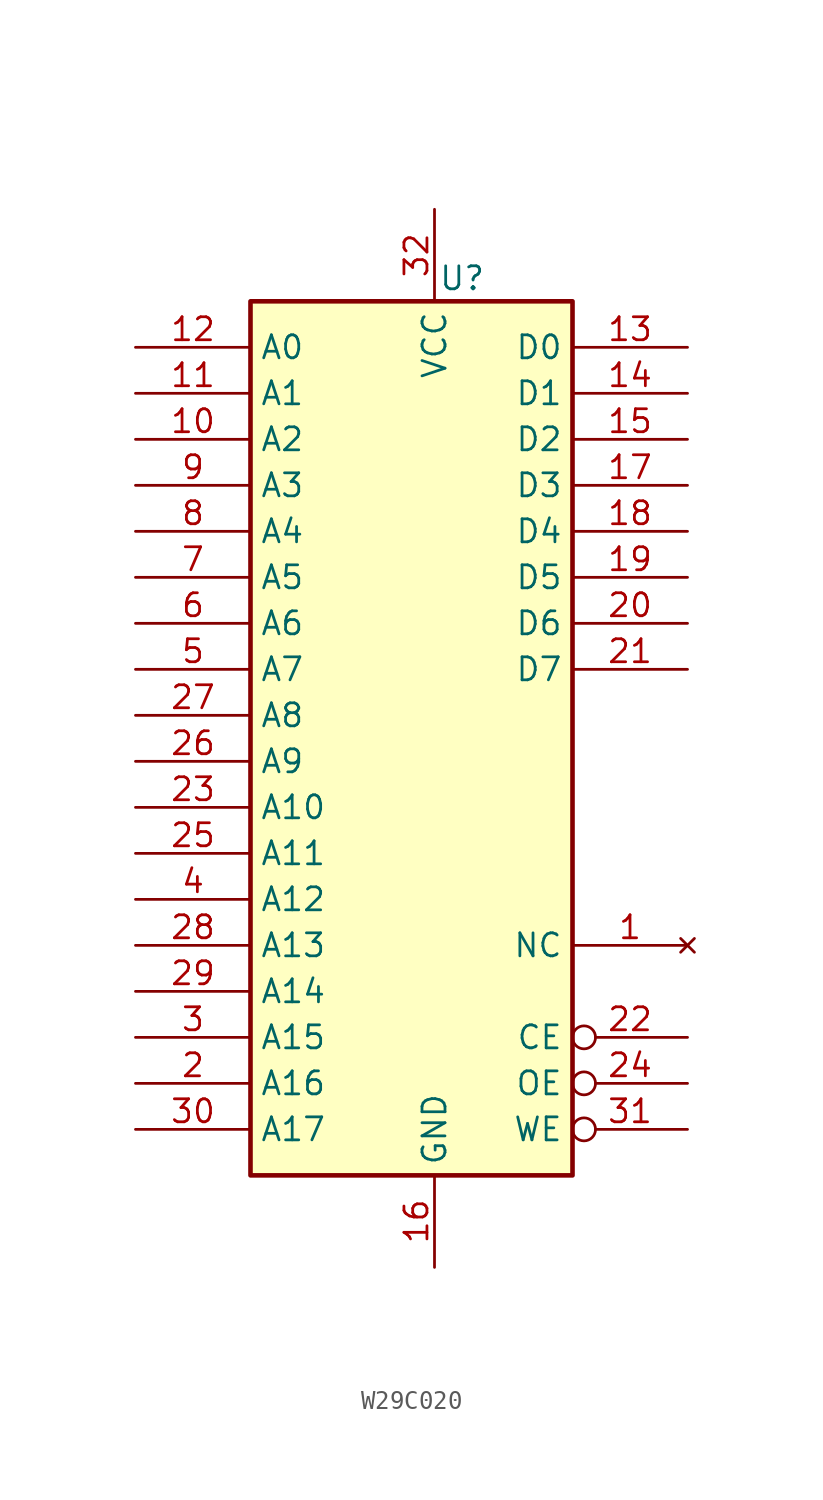
<source format=kicad_sym>
(kicad_symbol_lib
  (version 20241209)
  (generator "kicad_symbol_editor")
  (generator_version "9.0")
  (symbol "W29C020"
    (property "Reference" "U"
      (at 2.794 25.4 0)
      (effects (font (size 1.27 1.27))))
    (property "Value" ""
      (at -15.24 30.48 0)
      (effects (font (size 1.27 1.27))))
    (symbol "W29C020_0_1"
      (rectangle (start -8.89 24.13) (end 8.89 -24.13) (stroke (width 0.254) (type default)) (fill (type background))))
    (symbol "W29C020_1_1"
      (pin input line (at -15.24 21.59 0) (length 6.35) (name "A0" (effects (font (size 1.27 1.27)))) (number "12" (effects (font (size 1.27 1.27)))))
      (pin input line (at -15.24 19.05 0) (length 6.35) (name "A1" (effects (font (size 1.27 1.27)))) (number "11" (effects (font (size 1.27 1.27)))))
      (pin input line (at -15.24 16.51 0) (length 6.35) (name "A2" (effects (font (size 1.27 1.27)))) (number "10" (effects (font (size 1.27 1.27)))))
      (pin input line (at -15.24 13.97 0) (length 6.35) (name "A3" (effects (font (size 1.27 1.27)))) (number "9" (effects (font (size 1.27 1.27)))))
      (pin input line (at -15.24 11.43 0) (length 6.35) (name "A4" (effects (font (size 1.27 1.27)))) (number "8" (effects (font (size 1.27 1.27)))))
      (pin input line (at -15.24 8.89 0) (length 6.35) (name "A5" (effects (font (size 1.27 1.27)))) (number "7" (effects (font (size 1.27 1.27)))))
      (pin input line (at -15.24 6.35 0) (length 6.35) (name "A6" (effects (font (size 1.27 1.27)))) (number "6" (effects (font (size 1.27 1.27)))))
      (pin input line (at -15.24 3.81 0) (length 6.35) (name "A7" (effects (font (size 1.27 1.27)))) (number "5" (effects (font (size 1.27 1.27)))))
      (pin input line (at -15.24 1.27 0) (length 6.35) (name "A8" (effects (font (size 1.27 1.27)))) (number "27" (effects (font (size 1.27 1.27)))))
      (pin input line (at -15.24 -1.27 0) (length 6.35) (name "A9" (effects (font (size 1.27 1.27)))) (number "26" (effects (font (size 1.27 1.27)))))
      (pin input line (at -15.24 -3.81 0) (length 6.35) (name "A10" (effects (font (size 1.27 1.27)))) (number "23" (effects (font (size 1.27 1.27)))))
      (pin input line (at -15.24 -6.35 0) (length 6.35) (name "A11" (effects (font (size 1.27 1.27)))) (number "25" (effects (font (size 1.27 1.27)))))
      (pin input line (at -15.24 -8.89 0) (length 6.35) (name "A12" (effects (font (size 1.27 1.27)))) (number "4" (effects (font (size 1.27 1.27)))))
      (pin input line (at -15.24 -11.43 0) (length 6.35) (name "A13" (effects (font (size 1.27 1.27)))) (number "28" (effects (font (size 1.27 1.27)))))
      (pin input line (at -15.24 -13.97 0) (length 6.35) (name "A14" (effects (font (size 1.27 1.27)))) (number "29" (effects (font (size 1.27 1.27)))))
      (pin input line (at -15.24 -16.51 0) (length 6.35) (name "A15" (effects (font (size 1.27 1.27)))) (number "3" (effects (font (size 1.27 1.27)))))
      (pin input line (at -15.24 -19.05 0) (length 6.35) (name "A16" (effects (font (size 1.27 1.27)))) (number "2" (effects (font (size 1.27 1.27)))))
      (pin input line (at -15.24 -21.59 0) (length 6.35) (name "A17" (effects (font (size 1.27 1.27)))) (number "30" (effects (font (size 1.27 1.27)))))
      (pin power_in line (at 1.27 29.21 270) (length 5.08) (name "VCC" (effects (font (size 1.27 1.27)))) (number "32" (effects (font (size 1.27 1.27)))))
      (pin power_in line (at 1.27 -29.21 90) (length 5.08) (name "GND" (effects (font (size 1.27 1.27)))) (number "16" (effects (font (size 1.27 1.27)))))
      (pin tri_state line (at 15.24 21.59 180) (length 6.35) (name "D0" (effects (font (size 1.27 1.27)))) (number "13" (effects (font (size 1.27 1.27)))))
      (pin tri_state line (at 15.24 19.05 180) (length 6.35) (name "D1" (effects (font (size 1.27 1.27)))) (number "14" (effects (font (size 1.27 1.27)))))
      (pin tri_state line (at 15.24 16.51 180) (length 6.35) (name "D2" (effects (font (size 1.27 1.27)))) (number "15" (effects (font (size 1.27 1.27)))))
      (pin tri_state line (at 15.24 13.97 180) (length 6.35) (name "D3" (effects (font (size 1.27 1.27)))) (number "17" (effects (font (size 1.27 1.27)))))
      (pin tri_state line (at 15.24 11.43 180) (length 6.35) (name "D4" (effects (font (size 1.27 1.27)))) (number "18" (effects (font (size 1.27 1.27)))))
      (pin tri_state line (at 15.24 8.89 180) (length 6.35) (name "D5" (effects (font (size 1.27 1.27)))) (number "19" (effects (font (size 1.27 1.27)))))
      (pin tri_state line (at 15.24 6.35 180) (length 6.35) (name "D6" (effects (font (size 1.27 1.27)))) (number "20" (effects (font (size 1.27 1.27)))))
      (pin tri_state line (at 15.24 3.81 180) (length 6.35) (name "D7" (effects (font (size 1.27 1.27)))) (number "21" (effects (font (size 1.27 1.27)))))
      (pin no_connect line (at 15.24 -11.43 180) (length 6.35) (name "NC" (effects (font (size 1.27 1.27)))) (number "1" (effects (font (size 1.27 1.27)))))
      (pin input inverted (at 15.24 -16.51 180) (length 6.35) (name "CE" (effects (font (size 1.27 1.27)))) (number "22" (effects (font (size 1.27 1.27)))))
      (pin input inverted (at 15.24 -19.05 180) (length 6.35) (name "OE" (effects (font (size 1.27 1.27)))) (number "24" (effects (font (size 1.27 1.27)))))
      (pin input inverted (at 15.24 -21.59 180) (length 6.35) (name "WE" (effects (font (size 1.27 1.27)))) (number "31" (effects (font (size 1.27 1.27))))))))
</source>
